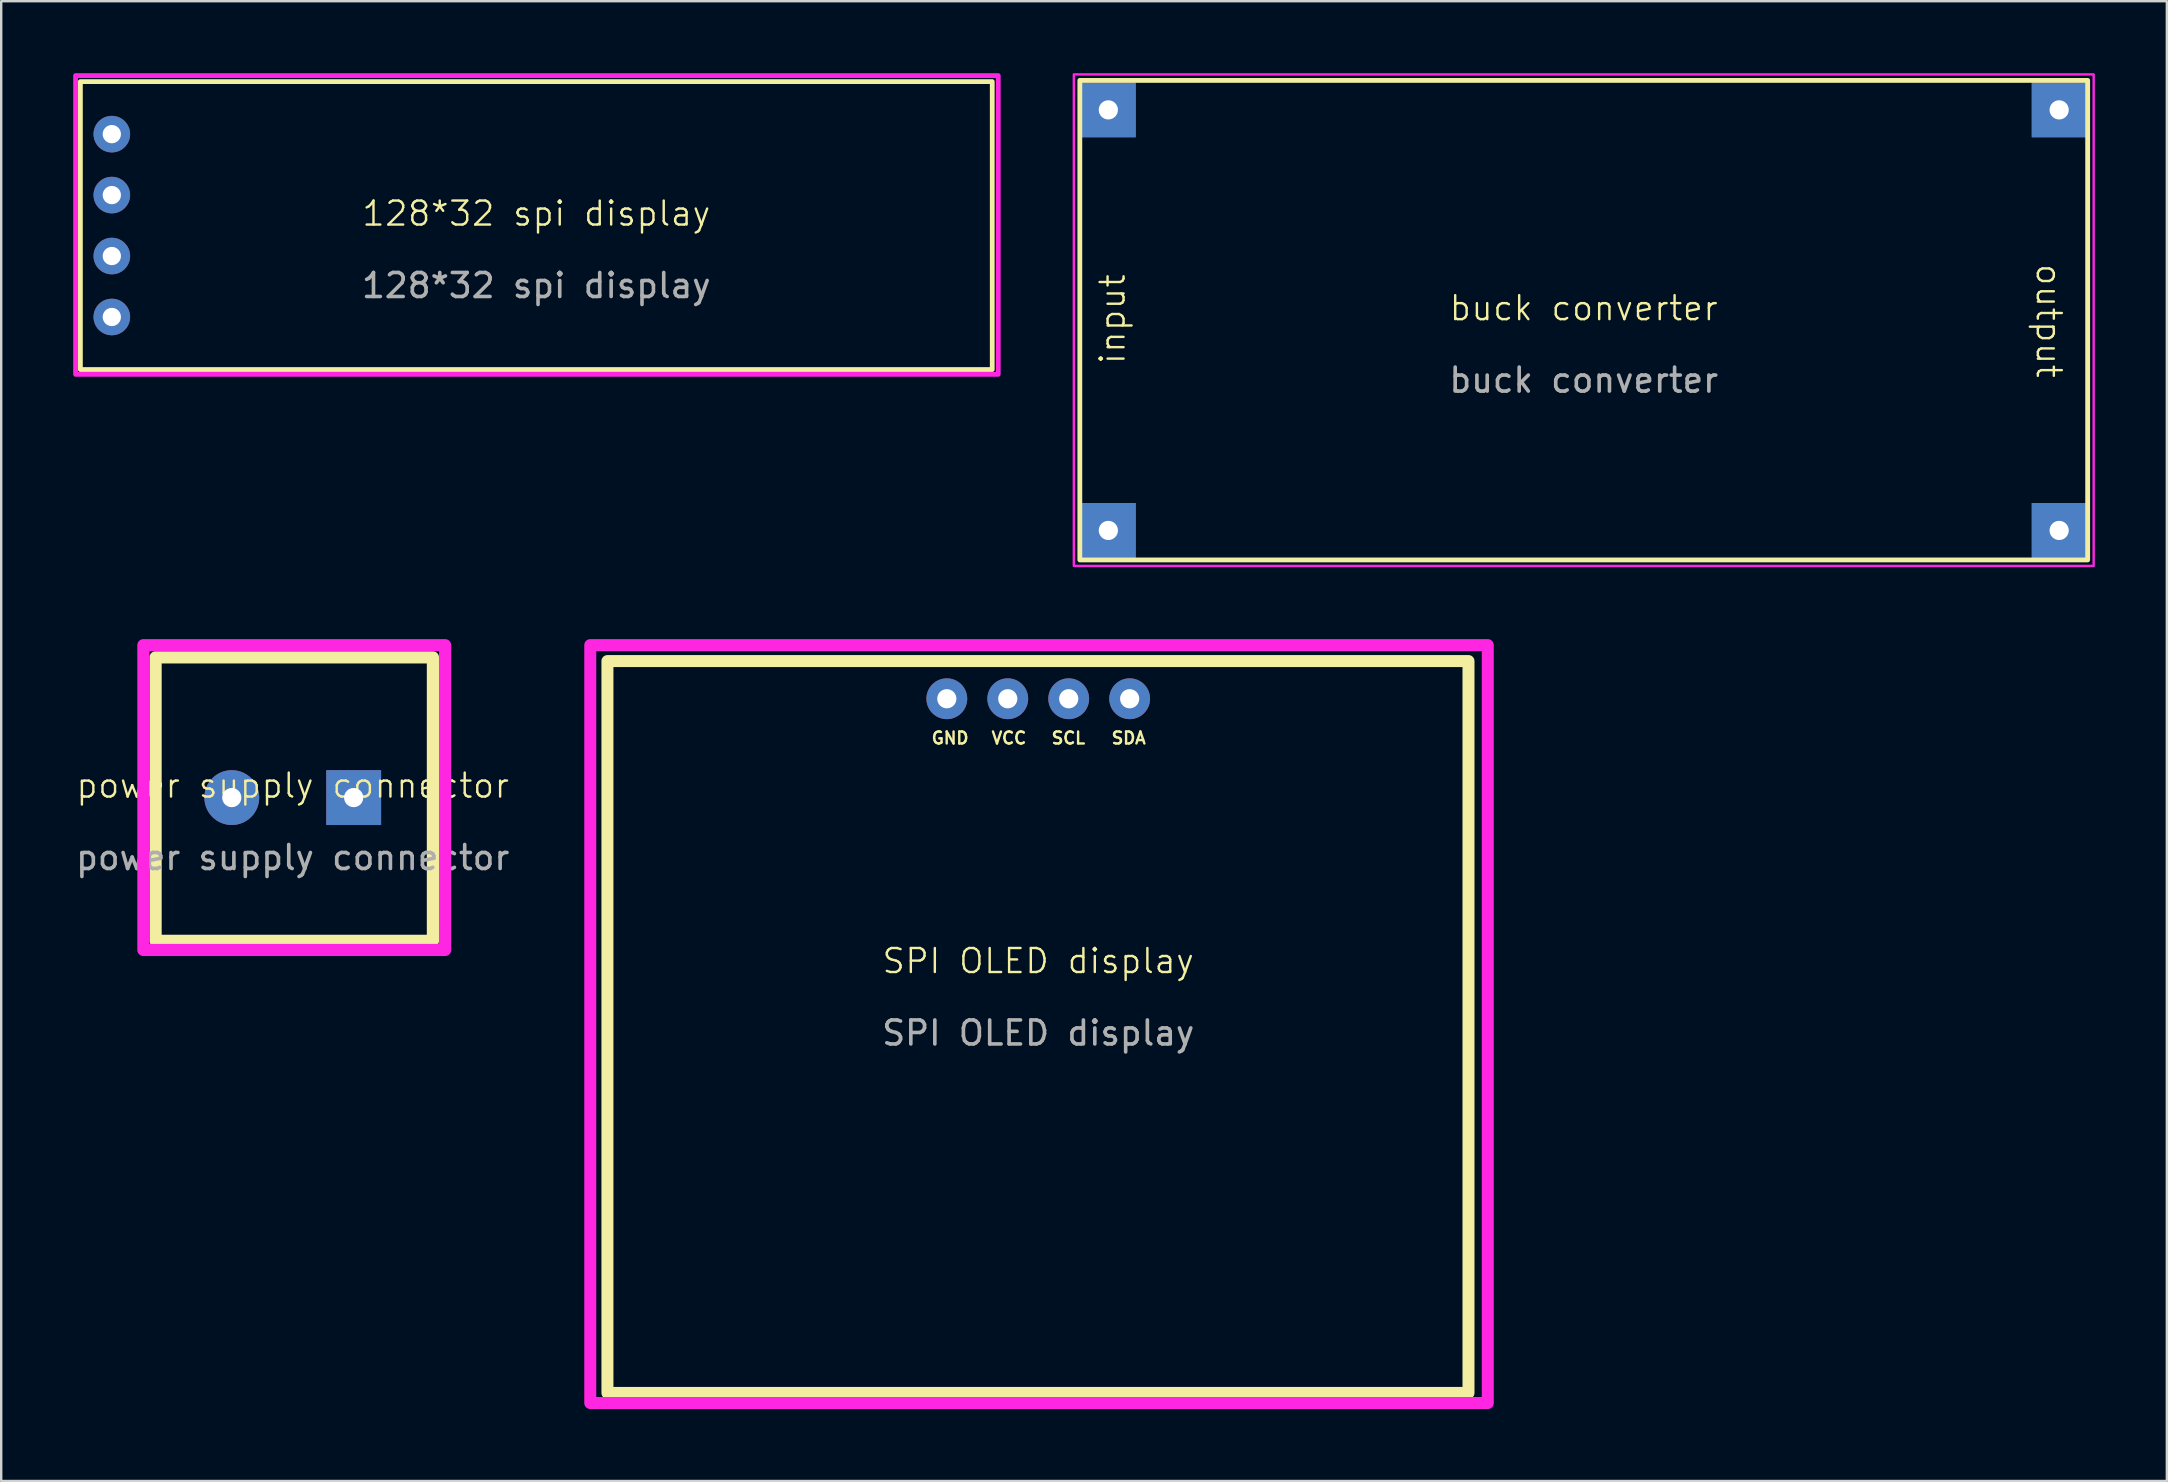
<source format=kicad_pcb>
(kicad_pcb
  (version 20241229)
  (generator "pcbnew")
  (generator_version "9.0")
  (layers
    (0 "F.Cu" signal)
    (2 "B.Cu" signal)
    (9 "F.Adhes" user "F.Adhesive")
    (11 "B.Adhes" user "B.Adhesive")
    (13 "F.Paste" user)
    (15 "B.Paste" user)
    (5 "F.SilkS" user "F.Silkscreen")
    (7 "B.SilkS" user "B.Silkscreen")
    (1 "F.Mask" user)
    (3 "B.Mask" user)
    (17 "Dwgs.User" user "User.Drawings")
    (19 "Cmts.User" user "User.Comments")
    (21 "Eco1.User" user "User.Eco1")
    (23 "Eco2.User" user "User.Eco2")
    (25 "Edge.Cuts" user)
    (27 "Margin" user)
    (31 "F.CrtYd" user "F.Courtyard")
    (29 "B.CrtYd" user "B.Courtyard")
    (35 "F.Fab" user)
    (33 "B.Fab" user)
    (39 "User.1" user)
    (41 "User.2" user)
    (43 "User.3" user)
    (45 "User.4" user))
  (footprint "power supply connector"
    (layer "F.Cu")
    (at 9.149 30.188)
    (property "Reference" "power supply connector" (at 0 -0.5 0) (unlocked yes) (layer "F.SilkS") (effects (font (size 1 1) (thickness 0.1))))
    (attr through_hole)
    (fp_rect (start -5.715 -5.842) (end 5.842 5.969) (stroke (width 0.508) (type default)) (fill no) (layer "F.SilkS"))
    (fp_rect (start -6.223 -6.35) (end 6.35 6.35) (stroke (width 0.508) (type default)) (fill no) (layer "F.CrtYd"))
    (fp_text user "${REFERENCE}" (at 0 2.5 0) (unlocked yes) (layer "F.Fab") (effects (font (size 1 1) (thickness 0.15))))
    (pad "1" thru_hole rect (at 2.54 0) (size 2.286 2.286) (drill 0.8) (layers "*.Cu" "*.Mask"))
    (pad "2" thru_hole circle (at -2.54 0) (size 2.286 2.286) (drill 0.8) (layers "*.Cu" "*.Mask")))
  (footprint "SPI OLED display"
    (layer "F.Cu")
    (at 40.217 37.499)
    (property "Reference" "SPI OLED display" (at 0 -0.5 0) (unlocked yes) (layer "F.SilkS") (effects (font (size 1 1) (thickness 0.1))))
    (attr through_hole)
    (fp_rect (start -17.953 -13) (end 17.93 17.5) (stroke (width 0.5) (type default)) (fill no) (layer "F.SilkS"))
    (fp_rect (start -18.669 -13.665) (end 18.734 17.92) (stroke (width 0.5) (type default)) (fill no) (layer "F.CrtYd"))
    (fp_text user "VCC" (at -2 -9.5 0) (unlocked yes) (layer "F.SilkS") (effects (font (size 0.5 0.5) (thickness 0.1)) (justify left bottom)))
    (fp_text user "SCL\n" (at 0.5 -9.5 0) (unlocked yes) (layer "F.SilkS") (effects (font (size 0.5 0.5) (thickness 0.1) (bold yes)) (justify left bottom)))
    (fp_text user "SDA\n" (at 3 -9.5 0) (unlocked yes) (layer "F.SilkS") (effects (font (size 0.5 0.5) (thickness 0.1) (bold yes)) (justify left bottom)))
    (fp_text user "GND" (at -4.5 -9.5 0) (unlocked yes) (layer "F.SilkS") (effects (font (size 0.5 0.5) (thickness 0.1) (bold yes)) (justify left bottom)))
    (fp_text user "${REFERENCE}" (at 0 2.5 0) (unlocked yes) (layer "F.Fab") (effects (font (size 1 1) (thickness 0.15))))
    (pad "1" thru_hole circle (at -3.81 -11.43) (size 1.7 1.7) (drill 0.8) (layers "*.Cu" "*.Mask"))
    (pad "2" thru_hole circle (at -1.27 -11.43) (size 1.7 1.7) (drill 0.8) (layers "*.Cu" "*.Mask"))
    (pad "3" thru_hole circle (at 1.27 -11.43) (size 1.7 1.7) (drill 0.8) (layers "*.Cu" "*.Mask"))
    (pad "4" thru_hole circle (at 3.81 -11.43) (size 1.7 1.7) (drill 0.8) (layers "*.Cu" "*.Mask")))
  (footprint "buck converter"
    (layer "F.Cu")
    (at 62.95 10.292)
    (property "Reference" "buck converter" (at 0 -0.5 0) (unlocked yes) (layer "F.SilkS") (effects (font (size 1 1) (thickness 0.1))))
    (attr smd)
    (fp_rect (start -21 -9.992) (end 21 9.992) (stroke (width 0.2) (type default)) (fill no) (layer "F.SilkS"))
    (fp_rect (start -21.25 -10.242) (end 21.25 10.242) (stroke (width 0.1) (type default)) (fill no) (layer "F.CrtYd"))
    (fp_text user "input" (at -19.05 1.905 90) (unlocked yes) (layer "F.SilkS") (effects (font (size 1 1) (thickness 0.1)) (justify left bottom)))
    (fp_text user "output" (at 18.796 -2.413 270) (unlocked yes) (layer "F.SilkS") (effects (font (size 1 1) (thickness 0.1)) (justify left bottom)))
    (fp_text user "${REFERENCE}" (at 0 2.5 0) (unlocked yes) (layer "F.Fab") (effects (font (size 1 1) (thickness 0.15))))
    (pad "1" thru_hole rect (at -19.812 -8.763) (size 2.286 2.286) (drill 0.8) (layers "*.Cu" "*.Mask"))
    (pad "2" thru_hole rect (at -19.812 8.763) (size 2.286 2.286) (drill 0.8) (layers "*.Cu" "*.Mask"))
    (pad "3" thru_hole rect (at 19.812 -8.763) (size 2.286 2.286) (drill 0.8) (layers "*.Cu" "*.Mask"))
    (pad "4" thru_hole rect (at 19.812 8.763) (size 2.286 2.286) (drill 0.8) (layers "*.Cu" "*.Mask")))
  (footprint "128*32 spi display"
    (layer "F.Cu")
    (at 19.3 6.35)
    (property "Reference" "128*32 spi display" (at 0 -0.5 0) (unlocked yes) (layer "F.SilkS") (effects (font (size 1 1) (thickness 0.1))))
    (attr through_hole)
    (fp_rect (start -19 -6) (end 19 6) (stroke (width 0.2) (type default)) (fill no) (layer "F.SilkS"))
    (fp_rect (start -19.2 -6.25) (end 19.25 6.2) (stroke (width 0.2) (type default)) (fill no) (layer "F.CrtYd"))
    (fp_text user "${REFERENCE}" (at 0 2.5 0) (unlocked yes) (layer "F.Fab") (effects (font (size 1 1) (thickness 0.15))))
    (pad "1" thru_hole circle (at -17.69 3.81) (size 1.524 1.524) (drill 0.762) (layers "*.Cu" "*.Mask"))
    (pad "2" thru_hole circle (at -17.69 1.27) (size 1.524 1.524) (drill 0.762) (layers "*.Cu" "*.Mask"))
    (pad "3" thru_hole circle (at -17.69 -1.27) (size 1.524 1.524) (drill 0.762) (layers "*.Cu" "*.Mask"))
    (pad "4" thru_hole circle (at -17.69 -3.81) (size 1.524 1.524) (drill 0.762) (layers "*.Cu" "*.Mask")))
  (gr_rect
    (start -3 -3)
    (end 87.25 58.669)
    (stroke (width 0.1) (type default))
    (fill no)
    (layer "Edge.Cuts")))
</source>
